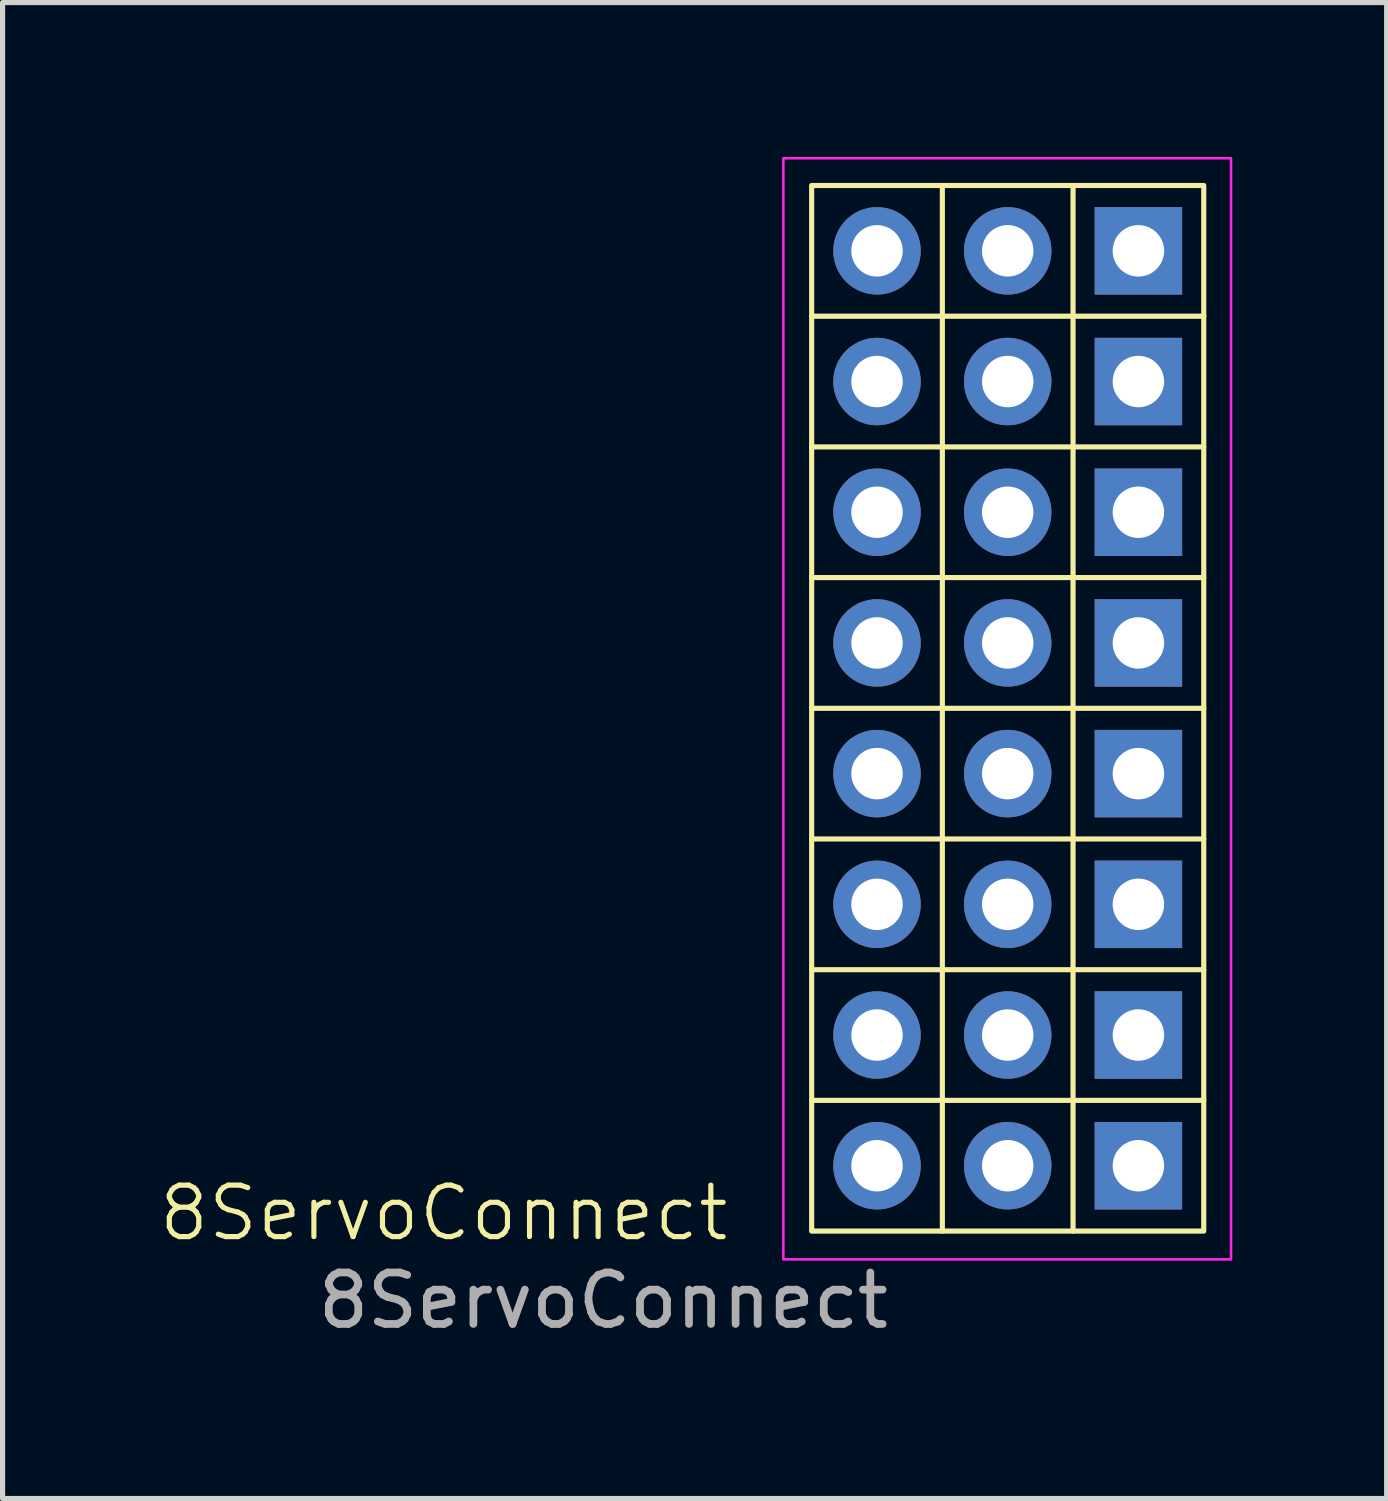
<source format=kicad_pcb>
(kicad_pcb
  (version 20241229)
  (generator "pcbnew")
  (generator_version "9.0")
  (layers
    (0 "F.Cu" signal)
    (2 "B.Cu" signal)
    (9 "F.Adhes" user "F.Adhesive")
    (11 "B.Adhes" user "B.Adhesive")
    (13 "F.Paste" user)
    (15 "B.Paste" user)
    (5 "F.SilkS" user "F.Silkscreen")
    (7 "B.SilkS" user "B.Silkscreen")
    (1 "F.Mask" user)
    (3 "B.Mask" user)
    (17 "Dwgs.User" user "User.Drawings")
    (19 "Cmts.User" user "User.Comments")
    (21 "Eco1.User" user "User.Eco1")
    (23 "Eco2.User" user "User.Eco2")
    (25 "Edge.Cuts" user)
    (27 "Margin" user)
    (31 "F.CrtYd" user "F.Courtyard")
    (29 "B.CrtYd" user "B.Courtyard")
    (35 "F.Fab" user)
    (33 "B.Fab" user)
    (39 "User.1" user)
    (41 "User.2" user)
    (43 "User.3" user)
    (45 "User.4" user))
  (footprint "8ServoConnect"
    (layer "F.Cu")
    (at 19.074 1.825)
    (property "Reference" "8ServoConnect" (at -13.5 18.7 0) (unlocked yes) (layer "F.SilkS") (effects (font (size 1 1) (thickness 0.1))))
    (attr smd)
    (fp_line (start -6.35 1.27) (end 1.27 1.27) (stroke (width 0.1) (type default)) (layer "F.SilkS"))
    (fp_line (start -6.35 3.81) (end 1.27 3.81) (stroke (width 0.1) (type default)) (layer "F.SilkS"))
    (fp_line (start -6.35 6.35) (end 1.27 6.35) (stroke (width 0.1) (type default)) (layer "F.SilkS"))
    (fp_line (start -6.35 8.89) (end 1.27 8.89) (stroke (width 0.1) (type default)) (layer "F.SilkS"))
    (fp_line (start -6.35 11.43) (end 1.27 11.43) (stroke (width 0.1) (type default)) (layer "F.SilkS"))
    (fp_line (start -6.35 13.97) (end 1.27 13.97) (stroke (width 0.1) (type default)) (layer "F.SilkS"))
    (fp_line (start -6.35 16.51) (end 1.27 16.51) (stroke (width 0.1) (type default)) (layer "F.SilkS"))
    (fp_line (start -3.81 19.05) (end -3.81 -1.27) (stroke (width 0.1) (type default)) (layer "F.SilkS"))
    (fp_line (start -1.27 -1.27) (end -1.27 19.05) (stroke (width 0.1) (type default)) (layer "F.SilkS"))
    (fp_rect (start -6.35 -1.27) (end 1.27 19.05) (stroke (width 0.1) (type default)) (fill no) (layer "F.SilkS"))
    (fp_rect (start -6.9 -1.8) (end 1.8 19.6) (stroke (width 0.05) (type default)) (fill no) (layer "F.CrtYd"))
    (fp_text user "${REFERENCE}" (at -10.4 20.4 0) (unlocked yes) (layer "F.Fab") (effects (font (size 1 1) (thickness 0.15))))
    (pad "1" thru_hole rect (at 0 0) (size 1.7 1.7) (drill 1) (layers "*.Cu" "*.Mask"))
    (pad "1" thru_hole rect (at 0 2.54) (size 1.7 1.7) (drill 1) (layers "*.Cu" "*.Mask"))
    (pad "1" thru_hole rect (at 0 5.08) (size 1.7 1.7) (drill 1) (layers "*.Cu" "*.Mask"))
    (pad "1" thru_hole rect (at 0 7.62) (size 1.7 1.7) (drill 1) (layers "*.Cu" "*.Mask"))
    (pad "1" thru_hole rect (at 0 10.16) (size 1.7 1.7) (drill 1) (layers "*.Cu" "*.Mask"))
    (pad "1" thru_hole rect (at 0 12.7) (size 1.7 1.7) (drill 1) (layers "*.Cu" "*.Mask"))
    (pad "1" thru_hole rect (at 0 15.24) (size 1.7 1.7) (drill 1) (layers "*.Cu" "*.Mask"))
    (pad "1" thru_hole rect (at 0 17.78) (size 1.7 1.7) (drill 1) (layers "*.Cu" "*.Mask"))
    (pad "2" thru_hole circle (at -2.54 0) (size 1.7 1.7) (drill 1) (layers "*.Cu" "*.Mask"))
    (pad "2" thru_hole circle (at -2.54 2.54) (size 1.7 1.7) (drill 1) (layers "*.Cu" "*.Mask"))
    (pad "2" thru_hole circle (at -2.54 5.08) (size 1.7 1.7) (drill 1) (layers "*.Cu" "*.Mask"))
    (pad "2" thru_hole circle (at -2.54 7.62) (size 1.7 1.7) (drill 1) (layers "*.Cu" "*.Mask"))
    (pad "2" thru_hole circle (at -2.54 10.16) (size 1.7 1.7) (drill 1) (layers "*.Cu" "*.Mask"))
    (pad "2" thru_hole circle (at -2.54 12.7) (size 1.7 1.7) (drill 1) (layers "*.Cu" "*.Mask"))
    (pad "2" thru_hole circle (at -2.54 15.24) (size 1.7 1.7) (drill 1) (layers "*.Cu" "*.Mask"))
    (pad "2" thru_hole circle (at -2.54 17.78) (size 1.7 1.7) (drill 1) (layers "*.Cu" "*.Mask"))
    (pad "3" thru_hole circle (at -5.08 0) (size 1.7 1.7) (drill 1) (layers "*.Cu" "*.Mask"))
    (pad "4" thru_hole circle (at -5.08 2.54) (size 1.7 1.7) (drill 1) (layers "*.Cu" "*.Mask"))
    (pad "5" thru_hole circle (at -5.08 5.08) (size 1.7 1.7) (drill 1) (layers "*.Cu" "*.Mask"))
    (pad "6" thru_hole circle (at -5.08 7.62) (size 1.7 1.7) (drill 1) (layers "*.Cu" "*.Mask"))
    (pad "7" thru_hole circle (at -5.08 10.16) (size 1.7 1.7) (drill 1) (layers "*.Cu" "*.Mask"))
    (pad "8" thru_hole circle (at -5.08 12.7) (size 1.7 1.7) (drill 1) (layers "*.Cu" "*.Mask"))
    (pad "9" thru_hole circle (at -5.08 15.24) (size 1.7 1.7) (drill 1) (layers "*.Cu" "*.Mask"))
    (pad "10" thru_hole circle (at -5.08 17.78) (size 1.7 1.7) (drill 1) (layers "*.Cu" "*.Mask")))
  (gr_rect
    (start -3 -3)
    (end 23.899 26.073)
    (stroke (width 0.1) (type default))
    (fill no)
    (layer "Edge.Cuts")))
</source>
